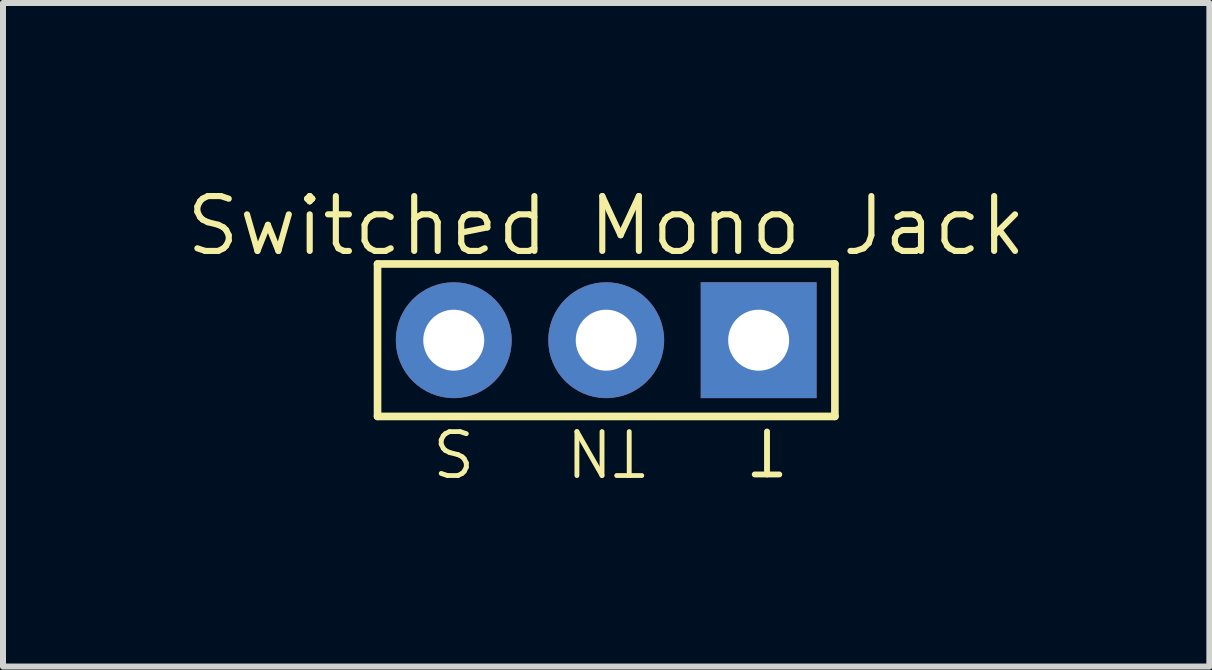
<source format=kicad_pcb>
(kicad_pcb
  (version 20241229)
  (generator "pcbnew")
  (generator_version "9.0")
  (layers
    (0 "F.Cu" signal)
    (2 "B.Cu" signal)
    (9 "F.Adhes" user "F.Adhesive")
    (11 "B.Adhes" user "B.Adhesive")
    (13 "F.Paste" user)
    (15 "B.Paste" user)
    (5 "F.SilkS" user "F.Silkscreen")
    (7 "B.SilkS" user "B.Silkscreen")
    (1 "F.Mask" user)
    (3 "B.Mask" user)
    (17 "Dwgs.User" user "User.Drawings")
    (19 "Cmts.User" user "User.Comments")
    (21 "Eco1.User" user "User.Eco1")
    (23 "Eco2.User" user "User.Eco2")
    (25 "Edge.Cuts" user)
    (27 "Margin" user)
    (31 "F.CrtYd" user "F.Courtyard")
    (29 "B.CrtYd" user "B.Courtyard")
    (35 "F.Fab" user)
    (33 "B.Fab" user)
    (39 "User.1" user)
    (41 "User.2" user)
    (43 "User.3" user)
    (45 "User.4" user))
  (footprint "Switched Mono Jack"
    (layer "F.Cu")
    (at 7.05 2.618)
    (property "Reference" "Switched Mono Jack" (at 0 -1.905 0) (unlocked yes) (layer "F.SilkS") (effects (font (size 0.914 0.914) (thickness 0.102))))
    (fp_line (start -3.81 -1.27) (end 3.81 -1.27) (stroke (width 0.127) (type solid)) (layer "F.SilkS"))
    (fp_line (start -3.81 1.27) (end -3.81 -1.27) (stroke (width 0.127) (type solid)) (layer "F.SilkS"))
    (fp_line (start 3.81 -1.27) (end 3.81 1.27) (stroke (width 0.127) (type solid)) (layer "F.SilkS"))
    (fp_line (start 3.81 1.27) (end -3.81 1.27) (stroke (width 0.127) (type solid)) (layer "F.SilkS"))
    (fp_text user "TN" (at 0 1.429 180) (unlocked yes) (layer "F.SilkS") (effects (font (size 0.732 0.732) (thickness 0.081)) (justify bottom)))
    (fp_text user "T" (at 3.016 1.429 180) (unlocked yes) (layer "F.SilkS") (effects (font (size 0.715 0.715) (thickness 0.098)) (justify left bottom)))
    (fp_text user "S" (at -2.54 1.429 180) (unlocked yes) (layer "F.SilkS") (effects (font (size 0.732 0.732) (thickness 0.081)) (justify bottom)))
    (pad "S" thru_hole circle (at -2.54 0) (size 1.93 1.93) (drill 1.016) (layers "*.Cu" "*.Mask"))
    (pad "T" thru_hole rect (at 2.54 0) (size 1.93 1.93) (drill 1.016) (layers "*.Cu" "*.Mask"))
    (pad "TN" thru_hole circle (at 0 0) (size 1.93 1.93) (drill 1.016) (layers "*.Cu" "*.Mask")))
  (gr_rect
    (start -3 -3)
    (end 17.099 8.055)
    (stroke (width 0.1) (type default))
    (fill no)
    (layer "Edge.Cuts")))
</source>
